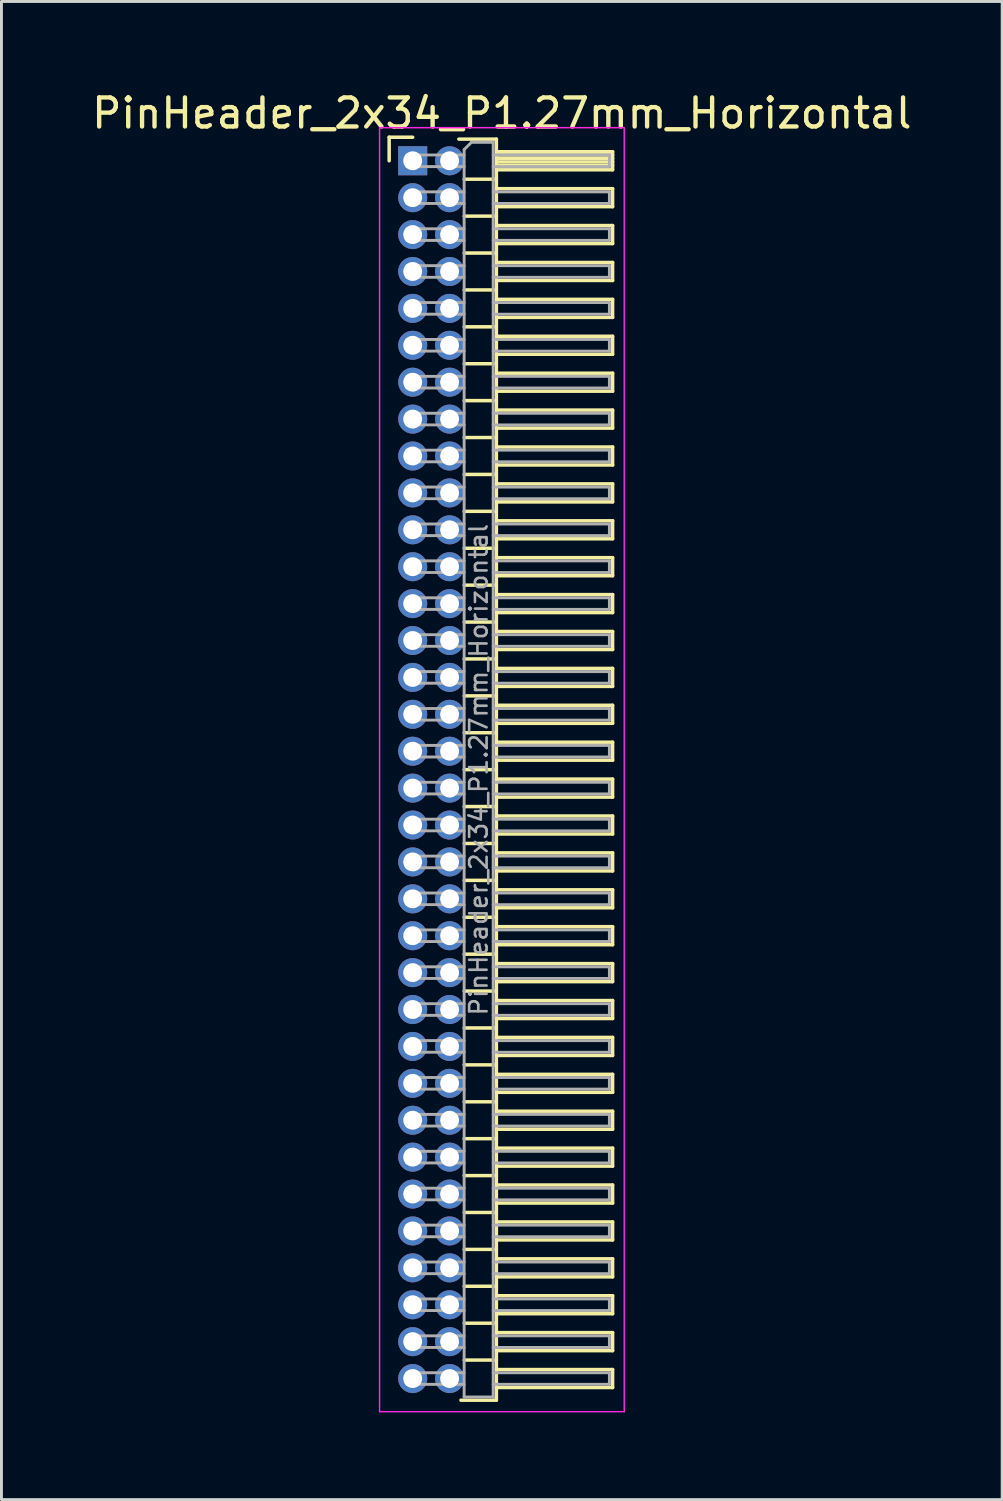
<source format=kicad_pcb>
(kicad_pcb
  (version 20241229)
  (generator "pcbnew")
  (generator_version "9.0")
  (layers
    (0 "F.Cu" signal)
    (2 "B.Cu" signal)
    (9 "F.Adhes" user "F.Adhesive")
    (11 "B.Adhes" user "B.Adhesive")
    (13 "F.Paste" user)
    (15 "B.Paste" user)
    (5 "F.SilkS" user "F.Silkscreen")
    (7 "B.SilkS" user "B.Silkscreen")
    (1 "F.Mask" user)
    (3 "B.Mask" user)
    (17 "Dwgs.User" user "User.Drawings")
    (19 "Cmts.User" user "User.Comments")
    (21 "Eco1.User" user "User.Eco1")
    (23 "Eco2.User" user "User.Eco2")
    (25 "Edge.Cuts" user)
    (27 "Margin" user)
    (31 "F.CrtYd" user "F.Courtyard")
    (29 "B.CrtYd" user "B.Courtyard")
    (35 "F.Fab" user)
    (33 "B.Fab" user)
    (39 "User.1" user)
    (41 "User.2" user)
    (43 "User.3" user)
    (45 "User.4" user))
  (footprint "PinHeader_2x34_P1.27mm_Horizontal"
    (layer "F.Cu")
    (at 11.153 2.483)
    (property "Reference" "PinHeader_2x34_P1.27mm_Horizontal" (at 3.067 -1.635 0) (layer "F.SilkS") (effects (font (size 1 1) (thickness 0.15))))
    (attr through_hole)
    (fp_line (start -0.81 -0.81) (end 0 -0.81) (stroke (width 0.12) (type solid)) (layer "F.SilkS"))
    (fp_line (start -0.81 0) (end -0.81 -0.81) (stroke (width 0.12) (type solid)) (layer "F.SilkS"))
    (fp_line (start 1.588 -0.745) (end 2.88 -0.745) (stroke (width 0.12) (type solid)) (layer "F.SilkS"))
    (fp_line (start 1.773 0.635) (end 2.88 0.635) (stroke (width 0.12) (type solid)) (layer "F.SilkS"))
    (fp_line (start 1.773 1.905) (end 2.88 1.905) (stroke (width 0.12) (type solid)) (layer "F.SilkS"))
    (fp_line (start 1.773 3.175) (end 2.88 3.175) (stroke (width 0.12) (type solid)) (layer "F.SilkS"))
    (fp_line (start 1.773 4.445) (end 2.88 4.445) (stroke (width 0.12) (type solid)) (layer "F.SilkS"))
    (fp_line (start 1.773 5.715) (end 2.88 5.715) (stroke (width 0.12) (type solid)) (layer "F.SilkS"))
    (fp_line (start 1.773 6.985) (end 2.88 6.985) (stroke (width 0.12) (type solid)) (layer "F.SilkS"))
    (fp_line (start 1.773 8.255) (end 2.88 8.255) (stroke (width 0.12) (type solid)) (layer "F.SilkS"))
    (fp_line (start 1.773 9.525) (end 2.88 9.525) (stroke (width 0.12) (type solid)) (layer "F.SilkS"))
    (fp_line (start 1.773 10.795) (end 2.88 10.795) (stroke (width 0.12) (type solid)) (layer "F.SilkS"))
    (fp_line (start 1.773 12.065) (end 2.88 12.065) (stroke (width 0.12) (type solid)) (layer "F.SilkS"))
    (fp_line (start 1.773 13.335) (end 2.88 13.335) (stroke (width 0.12) (type solid)) (layer "F.SilkS"))
    (fp_line (start 1.773 14.605) (end 2.88 14.605) (stroke (width 0.12) (type solid)) (layer "F.SilkS"))
    (fp_line (start 1.773 15.875) (end 2.88 15.875) (stroke (width 0.12) (type solid)) (layer "F.SilkS"))
    (fp_line (start 1.773 17.145) (end 2.88 17.145) (stroke (width 0.12) (type solid)) (layer "F.SilkS"))
    (fp_line (start 1.773 18.415) (end 2.88 18.415) (stroke (width 0.12) (type solid)) (layer "F.SilkS"))
    (fp_line (start 1.773 19.685) (end 2.88 19.685) (stroke (width 0.12) (type solid)) (layer "F.SilkS"))
    (fp_line (start 1.773 20.955) (end 2.88 20.955) (stroke (width 0.12) (type solid)) (layer "F.SilkS"))
    (fp_line (start 1.773 22.225) (end 2.88 22.225) (stroke (width 0.12) (type solid)) (layer "F.SilkS"))
    (fp_line (start 1.773 23.495) (end 2.88 23.495) (stroke (width 0.12) (type solid)) (layer "F.SilkS"))
    (fp_line (start 1.773 24.765) (end 2.88 24.765) (stroke (width 0.12) (type solid)) (layer "F.SilkS"))
    (fp_line (start 1.773 26.035) (end 2.88 26.035) (stroke (width 0.12) (type solid)) (layer "F.SilkS"))
    (fp_line (start 1.773 27.305) (end 2.88 27.305) (stroke (width 0.12) (type solid)) (layer "F.SilkS"))
    (fp_line (start 1.773 28.575) (end 2.88 28.575) (stroke (width 0.12) (type solid)) (layer "F.SilkS"))
    (fp_line (start 1.773 29.845) (end 2.88 29.845) (stroke (width 0.12) (type solid)) (layer "F.SilkS"))
    (fp_line (start 1.773 31.115) (end 2.88 31.115) (stroke (width 0.12) (type solid)) (layer "F.SilkS"))
    (fp_line (start 1.773 32.385) (end 2.88 32.385) (stroke (width 0.12) (type solid)) (layer "F.SilkS"))
    (fp_line (start 1.773 33.655) (end 2.88 33.655) (stroke (width 0.12) (type solid)) (layer "F.SilkS"))
    (fp_line (start 1.773 34.925) (end 2.88 34.925) (stroke (width 0.12) (type solid)) (layer "F.SilkS"))
    (fp_line (start 1.773 36.195) (end 2.88 36.195) (stroke (width 0.12) (type solid)) (layer "F.SilkS"))
    (fp_line (start 1.773 37.465) (end 2.88 37.465) (stroke (width 0.12) (type solid)) (layer "F.SilkS"))
    (fp_line (start 1.773 38.735) (end 2.88 38.735) (stroke (width 0.12) (type solid)) (layer "F.SilkS"))
    (fp_line (start 1.773 40.005) (end 2.88 40.005) (stroke (width 0.12) (type solid)) (layer "F.SilkS"))
    (fp_line (start 1.773 41.275) (end 2.88 41.275) (stroke (width 0.12) (type solid)) (layer "F.SilkS"))
    (fp_line (start 2.88 -0.745) (end 2.88 42.655) (stroke (width 0.12) (type solid)) (layer "F.SilkS"))
    (fp_line (start 2.88 -0.31) (end 6.88 -0.31) (stroke (width 0.12) (type solid)) (layer "F.SilkS"))
    (fp_line (start 2.88 -0.2) (end 6.88 -0.2) (stroke (width 0.12) (type solid)) (layer "F.SilkS"))
    (fp_line (start 2.88 -0.08) (end 6.88 -0.08) (stroke (width 0.12) (type solid)) (layer "F.SilkS"))
    (fp_line (start 2.88 0.04) (end 6.88 0.04) (stroke (width 0.12) (type solid)) (layer "F.SilkS"))
    (fp_line (start 2.88 0.16) (end 6.88 0.16) (stroke (width 0.12) (type solid)) (layer "F.SilkS"))
    (fp_line (start 2.88 0.96) (end 6.88 0.96) (stroke (width 0.12) (type solid)) (layer "F.SilkS"))
    (fp_line (start 2.88 2.23) (end 6.88 2.23) (stroke (width 0.12) (type solid)) (layer "F.SilkS"))
    (fp_line (start 2.88 3.5) (end 6.88 3.5) (stroke (width 0.12) (type solid)) (layer "F.SilkS"))
    (fp_line (start 2.88 4.77) (end 6.88 4.77) (stroke (width 0.12) (type solid)) (layer "F.SilkS"))
    (fp_line (start 2.88 6.04) (end 6.88 6.04) (stroke (width 0.12) (type solid)) (layer "F.SilkS"))
    (fp_line (start 2.88 7.31) (end 6.88 7.31) (stroke (width 0.12) (type solid)) (layer "F.SilkS"))
    (fp_line (start 2.88 8.58) (end 6.88 8.58) (stroke (width 0.12) (type solid)) (layer "F.SilkS"))
    (fp_line (start 2.88 9.85) (end 6.88 9.85) (stroke (width 0.12) (type solid)) (layer "F.SilkS"))
    (fp_line (start 2.88 11.12) (end 6.88 11.12) (stroke (width 0.12) (type solid)) (layer "F.SilkS"))
    (fp_line (start 2.88 12.39) (end 6.88 12.39) (stroke (width 0.12) (type solid)) (layer "F.SilkS"))
    (fp_line (start 2.88 13.66) (end 6.88 13.66) (stroke (width 0.12) (type solid)) (layer "F.SilkS"))
    (fp_line (start 2.88 14.93) (end 6.88 14.93) (stroke (width 0.12) (type solid)) (layer "F.SilkS"))
    (fp_line (start 2.88 16.2) (end 6.88 16.2) (stroke (width 0.12) (type solid)) (layer "F.SilkS"))
    (fp_line (start 2.88 17.47) (end 6.88 17.47) (stroke (width 0.12) (type solid)) (layer "F.SilkS"))
    (fp_line (start 2.88 18.74) (end 6.88 18.74) (stroke (width 0.12) (type solid)) (layer "F.SilkS"))
    (fp_line (start 2.88 20.01) (end 6.88 20.01) (stroke (width 0.12) (type solid)) (layer "F.SilkS"))
    (fp_line (start 2.88 21.28) (end 6.88 21.28) (stroke (width 0.12) (type solid)) (layer "F.SilkS"))
    (fp_line (start 2.88 22.55) (end 6.88 22.55) (stroke (width 0.12) (type solid)) (layer "F.SilkS"))
    (fp_line (start 2.88 23.82) (end 6.88 23.82) (stroke (width 0.12) (type solid)) (layer "F.SilkS"))
    (fp_line (start 2.88 25.09) (end 6.88 25.09) (stroke (width 0.12) (type solid)) (layer "F.SilkS"))
    (fp_line (start 2.88 26.36) (end 6.88 26.36) (stroke (width 0.12) (type solid)) (layer "F.SilkS"))
    (fp_line (start 2.88 27.63) (end 6.88 27.63) (stroke (width 0.12) (type solid)) (layer "F.SilkS"))
    (fp_line (start 2.88 28.9) (end 6.88 28.9) (stroke (width 0.12) (type solid)) (layer "F.SilkS"))
    (fp_line (start 2.88 30.17) (end 6.88 30.17) (stroke (width 0.12) (type solid)) (layer "F.SilkS"))
    (fp_line (start 2.88 31.44) (end 6.88 31.44) (stroke (width 0.12) (type solid)) (layer "F.SilkS"))
    (fp_line (start 2.88 32.71) (end 6.88 32.71) (stroke (width 0.12) (type solid)) (layer "F.SilkS"))
    (fp_line (start 2.88 33.98) (end 6.88 33.98) (stroke (width 0.12) (type solid)) (layer "F.SilkS"))
    (fp_line (start 2.88 35.25) (end 6.88 35.25) (stroke (width 0.12) (type solid)) (layer "F.SilkS"))
    (fp_line (start 2.88 36.52) (end 6.88 36.52) (stroke (width 0.12) (type solid)) (layer "F.SilkS"))
    (fp_line (start 2.88 37.79) (end 6.88 37.79) (stroke (width 0.12) (type solid)) (layer "F.SilkS"))
    (fp_line (start 2.88 39.06) (end 6.88 39.06) (stroke (width 0.12) (type solid)) (layer "F.SilkS"))
    (fp_line (start 2.88 40.33) (end 6.88 40.33) (stroke (width 0.12) (type solid)) (layer "F.SilkS"))
    (fp_line (start 2.88 41.6) (end 6.88 41.6) (stroke (width 0.12) (type solid)) (layer "F.SilkS"))
    (fp_line (start 2.88 42.655) (end 1.66 42.655) (stroke (width 0.12) (type solid)) (layer "F.SilkS"))
    (fp_line (start 6.88 -0.31) (end 6.88 0.31) (stroke (width 0.12) (type solid)) (layer "F.SilkS"))
    (fp_line (start 6.88 0.31) (end 2.88 0.31) (stroke (width 0.12) (type solid)) (layer "F.SilkS"))
    (fp_line (start 6.88 0.96) (end 6.88 1.58) (stroke (width 0.12) (type solid)) (layer "F.SilkS"))
    (fp_line (start 6.88 1.58) (end 2.88 1.58) (stroke (width 0.12) (type solid)) (layer "F.SilkS"))
    (fp_line (start 6.88 2.23) (end 6.88 2.85) (stroke (width 0.12) (type solid)) (layer "F.SilkS"))
    (fp_line (start 6.88 2.85) (end 2.88 2.85) (stroke (width 0.12) (type solid)) (layer "F.SilkS"))
    (fp_line (start 6.88 3.5) (end 6.88 4.12) (stroke (width 0.12) (type solid)) (layer "F.SilkS"))
    (fp_line (start 6.88 4.12) (end 2.88 4.12) (stroke (width 0.12) (type solid)) (layer "F.SilkS"))
    (fp_line (start 6.88 4.77) (end 6.88 5.39) (stroke (width 0.12) (type solid)) (layer "F.SilkS"))
    (fp_line (start 6.88 5.39) (end 2.88 5.39) (stroke (width 0.12) (type solid)) (layer "F.SilkS"))
    (fp_line (start 6.88 6.04) (end 6.88 6.66) (stroke (width 0.12) (type solid)) (layer "F.SilkS"))
    (fp_line (start 6.88 6.66) (end 2.88 6.66) (stroke (width 0.12) (type solid)) (layer "F.SilkS"))
    (fp_line (start 6.88 7.31) (end 6.88 7.93) (stroke (width 0.12) (type solid)) (layer "F.SilkS"))
    (fp_line (start 6.88 7.93) (end 2.88 7.93) (stroke (width 0.12) (type solid)) (layer "F.SilkS"))
    (fp_line (start 6.88 8.58) (end 6.88 9.2) (stroke (width 0.12) (type solid)) (layer "F.SilkS"))
    (fp_line (start 6.88 9.2) (end 2.88 9.2) (stroke (width 0.12) (type solid)) (layer "F.SilkS"))
    (fp_line (start 6.88 9.85) (end 6.88 10.47) (stroke (width 0.12) (type solid)) (layer "F.SilkS"))
    (fp_line (start 6.88 10.47) (end 2.88 10.47) (stroke (width 0.12) (type solid)) (layer "F.SilkS"))
    (fp_line (start 6.88 11.12) (end 6.88 11.74) (stroke (width 0.12) (type solid)) (layer "F.SilkS"))
    (fp_line (start 6.88 11.74) (end 2.88 11.74) (stroke (width 0.12) (type solid)) (layer "F.SilkS"))
    (fp_line (start 6.88 12.39) (end 6.88 13.01) (stroke (width 0.12) (type solid)) (layer "F.SilkS"))
    (fp_line (start 6.88 13.01) (end 2.88 13.01) (stroke (width 0.12) (type solid)) (layer "F.SilkS"))
    (fp_line (start 6.88 13.66) (end 6.88 14.28) (stroke (width 0.12) (type solid)) (layer "F.SilkS"))
    (fp_line (start 6.88 14.28) (end 2.88 14.28) (stroke (width 0.12) (type solid)) (layer "F.SilkS"))
    (fp_line (start 6.88 14.93) (end 6.88 15.55) (stroke (width 0.12) (type solid)) (layer "F.SilkS"))
    (fp_line (start 6.88 15.55) (end 2.88 15.55) (stroke (width 0.12) (type solid)) (layer "F.SilkS"))
    (fp_line (start 6.88 16.2) (end 6.88 16.82) (stroke (width 0.12) (type solid)) (layer "F.SilkS"))
    (fp_line (start 6.88 16.82) (end 2.88 16.82) (stroke (width 0.12) (type solid)) (layer "F.SilkS"))
    (fp_line (start 6.88 17.47) (end 6.88 18.09) (stroke (width 0.12) (type solid)) (layer "F.SilkS"))
    (fp_line (start 6.88 18.09) (end 2.88 18.09) (stroke (width 0.12) (type solid)) (layer "F.SilkS"))
    (fp_line (start 6.88 18.74) (end 6.88 19.36) (stroke (width 0.12) (type solid)) (layer "F.SilkS"))
    (fp_line (start 6.88 19.36) (end 2.88 19.36) (stroke (width 0.12) (type solid)) (layer "F.SilkS"))
    (fp_line (start 6.88 20.01) (end 6.88 20.63) (stroke (width 0.12) (type solid)) (layer "F.SilkS"))
    (fp_line (start 6.88 20.63) (end 2.88 20.63) (stroke (width 0.12) (type solid)) (layer "F.SilkS"))
    (fp_line (start 6.88 21.28) (end 6.88 21.9) (stroke (width 0.12) (type solid)) (layer "F.SilkS"))
    (fp_line (start 6.88 21.9) (end 2.88 21.9) (stroke (width 0.12) (type solid)) (layer "F.SilkS"))
    (fp_line (start 6.88 22.55) (end 6.88 23.17) (stroke (width 0.12) (type solid)) (layer "F.SilkS"))
    (fp_line (start 6.88 23.17) (end 2.88 23.17) (stroke (width 0.12) (type solid)) (layer "F.SilkS"))
    (fp_line (start 6.88 23.82) (end 6.88 24.44) (stroke (width 0.12) (type solid)) (layer "F.SilkS"))
    (fp_line (start 6.88 24.44) (end 2.88 24.44) (stroke (width 0.12) (type solid)) (layer "F.SilkS"))
    (fp_line (start 6.88 25.09) (end 6.88 25.71) (stroke (width 0.12) (type solid)) (layer "F.SilkS"))
    (fp_line (start 6.88 25.71) (end 2.88 25.71) (stroke (width 0.12) (type solid)) (layer "F.SilkS"))
    (fp_line (start 6.88 26.36) (end 6.88 26.98) (stroke (width 0.12) (type solid)) (layer "F.SilkS"))
    (fp_line (start 6.88 26.98) (end 2.88 26.98) (stroke (width 0.12) (type solid)) (layer "F.SilkS"))
    (fp_line (start 6.88 27.63) (end 6.88 28.25) (stroke (width 0.12) (type solid)) (layer "F.SilkS"))
    (fp_line (start 6.88 28.25) (end 2.88 28.25) (stroke (width 0.12) (type solid)) (layer "F.SilkS"))
    (fp_line (start 6.88 28.9) (end 6.88 29.52) (stroke (width 0.12) (type solid)) (layer "F.SilkS"))
    (fp_line (start 6.88 29.52) (end 2.88 29.52) (stroke (width 0.12) (type solid)) (layer "F.SilkS"))
    (fp_line (start 6.88 30.17) (end 6.88 30.79) (stroke (width 0.12) (type solid)) (layer "F.SilkS"))
    (fp_line (start 6.88 30.79) (end 2.88 30.79) (stroke (width 0.12) (type solid)) (layer "F.SilkS"))
    (fp_line (start 6.88 31.44) (end 6.88 32.06) (stroke (width 0.12) (type solid)) (layer "F.SilkS"))
    (fp_line (start 6.88 32.06) (end 2.88 32.06) (stroke (width 0.12) (type solid)) (layer "F.SilkS"))
    (fp_line (start 6.88 32.71) (end 6.88 33.33) (stroke (width 0.12) (type solid)) (layer "F.SilkS"))
    (fp_line (start 6.88 33.33) (end 2.88 33.33) (stroke (width 0.12) (type solid)) (layer "F.SilkS"))
    (fp_line (start 6.88 33.98) (end 6.88 34.6) (stroke (width 0.12) (type solid)) (layer "F.SilkS"))
    (fp_line (start 6.88 34.6) (end 2.88 34.6) (stroke (width 0.12) (type solid)) (layer "F.SilkS"))
    (fp_line (start 6.88 35.25) (end 6.88 35.87) (stroke (width 0.12) (type solid)) (layer "F.SilkS"))
    (fp_line (start 6.88 35.87) (end 2.88 35.87) (stroke (width 0.12) (type solid)) (layer "F.SilkS"))
    (fp_line (start 6.88 36.52) (end 6.88 37.14) (stroke (width 0.12) (type solid)) (layer "F.SilkS"))
    (fp_line (start 6.88 37.14) (end 2.88 37.14) (stroke (width 0.12) (type solid)) (layer "F.SilkS"))
    (fp_line (start 6.88 37.79) (end 6.88 38.41) (stroke (width 0.12) (type solid)) (layer "F.SilkS"))
    (fp_line (start 6.88 38.41) (end 2.88 38.41) (stroke (width 0.12) (type solid)) (layer "F.SilkS"))
    (fp_line (start 6.88 39.06) (end 6.88 39.68) (stroke (width 0.12) (type solid)) (layer "F.SilkS"))
    (fp_line (start 6.88 39.68) (end 2.88 39.68) (stroke (width 0.12) (type solid)) (layer "F.SilkS"))
    (fp_line (start 6.88 40.33) (end 6.88 40.95) (stroke (width 0.12) (type solid)) (layer "F.SilkS"))
    (fp_line (start 6.88 40.95) (end 2.88 40.95) (stroke (width 0.12) (type solid)) (layer "F.SilkS"))
    (fp_line (start 6.88 41.6) (end 6.88 42.22) (stroke (width 0.12) (type solid)) (layer "F.SilkS"))
    (fp_line (start 6.88 42.22) (end 2.88 42.22) (stroke (width 0.12) (type solid)) (layer "F.SilkS"))
    (fp_line (start -1.14 -1.14) (end -1.14 43.05) (stroke (width 0.05) (type solid)) (layer "F.CrtYd"))
    (fp_line (start -1.14 43.05) (end 7.28 43.05) (stroke (width 0.05) (type solid)) (layer "F.CrtYd"))
    (fp_line (start 7.28 -1.14) (end -1.14 -1.14) (stroke (width 0.05) (type solid)) (layer "F.CrtYd"))
    (fp_line (start 7.28 43.05) (end 7.28 -1.14) (stroke (width 0.05) (type solid)) (layer "F.CrtYd"))
    (fp_line (start -0.2 -0.2) (end -0.2 0.2) (stroke (width 0.1) (type solid)) (layer "F.Fab"))
    (fp_line (start -0.2 -0.2) (end 1.77 -0.2) (stroke (width 0.1) (type solid)) (layer "F.Fab"))
    (fp_line (start -0.2 0.2) (end 1.77 0.2) (stroke (width 0.1) (type solid)) (layer "F.Fab"))
    (fp_line (start -0.2 1.07) (end -0.2 1.47) (stroke (width 0.1) (type solid)) (layer "F.Fab"))
    (fp_line (start -0.2 1.07) (end 1.77 1.07) (stroke (width 0.1) (type solid)) (layer "F.Fab"))
    (fp_line (start -0.2 1.47) (end 1.77 1.47) (stroke (width 0.1) (type solid)) (layer "F.Fab"))
    (fp_line (start -0.2 2.34) (end -0.2 2.74) (stroke (width 0.1) (type solid)) (layer "F.Fab"))
    (fp_line (start -0.2 2.34) (end 1.77 2.34) (stroke (width 0.1) (type solid)) (layer "F.Fab"))
    (fp_line (start -0.2 2.74) (end 1.77 2.74) (stroke (width 0.1) (type solid)) (layer "F.Fab"))
    (fp_line (start -0.2 3.61) (end -0.2 4.01) (stroke (width 0.1) (type solid)) (layer "F.Fab"))
    (fp_line (start -0.2 3.61) (end 1.77 3.61) (stroke (width 0.1) (type solid)) (layer "F.Fab"))
    (fp_line (start -0.2 4.01) (end 1.77 4.01) (stroke (width 0.1) (type solid)) (layer "F.Fab"))
    (fp_line (start -0.2 4.88) (end -0.2 5.28) (stroke (width 0.1) (type solid)) (layer "F.Fab"))
    (fp_line (start -0.2 4.88) (end 1.77 4.88) (stroke (width 0.1) (type solid)) (layer "F.Fab"))
    (fp_line (start -0.2 5.28) (end 1.77 5.28) (stroke (width 0.1) (type solid)) (layer "F.Fab"))
    (fp_line (start -0.2 6.15) (end -0.2 6.55) (stroke (width 0.1) (type solid)) (layer "F.Fab"))
    (fp_line (start -0.2 6.15) (end 1.77 6.15) (stroke (width 0.1) (type solid)) (layer "F.Fab"))
    (fp_line (start -0.2 6.55) (end 1.77 6.55) (stroke (width 0.1) (type solid)) (layer "F.Fab"))
    (fp_line (start -0.2 7.42) (end -0.2 7.82) (stroke (width 0.1) (type solid)) (layer "F.Fab"))
    (fp_line (start -0.2 7.42) (end 1.77 7.42) (stroke (width 0.1) (type solid)) (layer "F.Fab"))
    (fp_line (start -0.2 7.82) (end 1.77 7.82) (stroke (width 0.1) (type solid)) (layer "F.Fab"))
    (fp_line (start -0.2 8.69) (end -0.2 9.09) (stroke (width 0.1) (type solid)) (layer "F.Fab"))
    (fp_line (start -0.2 8.69) (end 1.77 8.69) (stroke (width 0.1) (type solid)) (layer "F.Fab"))
    (fp_line (start -0.2 9.09) (end 1.77 9.09) (stroke (width 0.1) (type solid)) (layer "F.Fab"))
    (fp_line (start -0.2 9.96) (end -0.2 10.36) (stroke (width 0.1) (type solid)) (layer "F.Fab"))
    (fp_line (start -0.2 9.96) (end 1.77 9.96) (stroke (width 0.1) (type solid)) (layer "F.Fab"))
    (fp_line (start -0.2 10.36) (end 1.77 10.36) (stroke (width 0.1) (type solid)) (layer "F.Fab"))
    (fp_line (start -0.2 11.23) (end -0.2 11.63) (stroke (width 0.1) (type solid)) (layer "F.Fab"))
    (fp_line (start -0.2 11.23) (end 1.77 11.23) (stroke (width 0.1) (type solid)) (layer "F.Fab"))
    (fp_line (start -0.2 11.63) (end 1.77 11.63) (stroke (width 0.1) (type solid)) (layer "F.Fab"))
    (fp_line (start -0.2 12.5) (end -0.2 12.9) (stroke (width 0.1) (type solid)) (layer "F.Fab"))
    (fp_line (start -0.2 12.5) (end 1.77 12.5) (stroke (width 0.1) (type solid)) (layer "F.Fab"))
    (fp_line (start -0.2 12.9) (end 1.77 12.9) (stroke (width 0.1) (type solid)) (layer "F.Fab"))
    (fp_line (start -0.2 13.77) (end -0.2 14.17) (stroke (width 0.1) (type solid)) (layer "F.Fab"))
    (fp_line (start -0.2 13.77) (end 1.77 13.77) (stroke (width 0.1) (type solid)) (layer "F.Fab"))
    (fp_line (start -0.2 14.17) (end 1.77 14.17) (stroke (width 0.1) (type solid)) (layer "F.Fab"))
    (fp_line (start -0.2 15.04) (end -0.2 15.44) (stroke (width 0.1) (type solid)) (layer "F.Fab"))
    (fp_line (start -0.2 15.04) (end 1.77 15.04) (stroke (width 0.1) (type solid)) (layer "F.Fab"))
    (fp_line (start -0.2 15.44) (end 1.77 15.44) (stroke (width 0.1) (type solid)) (layer "F.Fab"))
    (fp_line (start -0.2 16.31) (end -0.2 16.71) (stroke (width 0.1) (type solid)) (layer "F.Fab"))
    (fp_line (start -0.2 16.31) (end 1.77 16.31) (stroke (width 0.1) (type solid)) (layer "F.Fab"))
    (fp_line (start -0.2 16.71) (end 1.77 16.71) (stroke (width 0.1) (type solid)) (layer "F.Fab"))
    (fp_line (start -0.2 17.58) (end -0.2 17.98) (stroke (width 0.1) (type solid)) (layer "F.Fab"))
    (fp_line (start -0.2 17.58) (end 1.77 17.58) (stroke (width 0.1) (type solid)) (layer "F.Fab"))
    (fp_line (start -0.2 17.98) (end 1.77 17.98) (stroke (width 0.1) (type solid)) (layer "F.Fab"))
    (fp_line (start -0.2 18.85) (end -0.2 19.25) (stroke (width 0.1) (type solid)) (layer "F.Fab"))
    (fp_line (start -0.2 18.85) (end 1.77 18.85) (stroke (width 0.1) (type solid)) (layer "F.Fab"))
    (fp_line (start -0.2 19.25) (end 1.77 19.25) (stroke (width 0.1) (type solid)) (layer "F.Fab"))
    (fp_line (start -0.2 20.12) (end -0.2 20.52) (stroke (width 0.1) (type solid)) (layer "F.Fab"))
    (fp_line (start -0.2 20.12) (end 1.77 20.12) (stroke (width 0.1) (type solid)) (layer "F.Fab"))
    (fp_line (start -0.2 20.52) (end 1.77 20.52) (stroke (width 0.1) (type solid)) (layer "F.Fab"))
    (fp_line (start -0.2 21.39) (end -0.2 21.79) (stroke (width 0.1) (type solid)) (layer "F.Fab"))
    (fp_line (start -0.2 21.39) (end 1.77 21.39) (stroke (width 0.1) (type solid)) (layer "F.Fab"))
    (fp_line (start -0.2 21.79) (end 1.77 21.79) (stroke (width 0.1) (type solid)) (layer "F.Fab"))
    (fp_line (start -0.2 22.66) (end -0.2 23.06) (stroke (width 0.1) (type solid)) (layer "F.Fab"))
    (fp_line (start -0.2 22.66) (end 1.77 22.66) (stroke (width 0.1) (type solid)) (layer "F.Fab"))
    (fp_line (start -0.2 23.06) (end 1.77 23.06) (stroke (width 0.1) (type solid)) (layer "F.Fab"))
    (fp_line (start -0.2 23.93) (end -0.2 24.33) (stroke (width 0.1) (type solid)) (layer "F.Fab"))
    (fp_line (start -0.2 23.93) (end 1.77 23.93) (stroke (width 0.1) (type solid)) (layer "F.Fab"))
    (fp_line (start -0.2 24.33) (end 1.77 24.33) (stroke (width 0.1) (type solid)) (layer "F.Fab"))
    (fp_line (start -0.2 25.2) (end -0.2 25.6) (stroke (width 0.1) (type solid)) (layer "F.Fab"))
    (fp_line (start -0.2 25.2) (end 1.77 25.2) (stroke (width 0.1) (type solid)) (layer "F.Fab"))
    (fp_line (start -0.2 25.6) (end 1.77 25.6) (stroke (width 0.1) (type solid)) (layer "F.Fab"))
    (fp_line (start -0.2 26.47) (end -0.2 26.87) (stroke (width 0.1) (type solid)) (layer "F.Fab"))
    (fp_line (start -0.2 26.47) (end 1.77 26.47) (stroke (width 0.1) (type solid)) (layer "F.Fab"))
    (fp_line (start -0.2 26.87) (end 1.77 26.87) (stroke (width 0.1) (type solid)) (layer "F.Fab"))
    (fp_line (start -0.2 27.74) (end -0.2 28.14) (stroke (width 0.1) (type solid)) (layer "F.Fab"))
    (fp_line (start -0.2 27.74) (end 1.77 27.74) (stroke (width 0.1) (type solid)) (layer "F.Fab"))
    (fp_line (start -0.2 28.14) (end 1.77 28.14) (stroke (width 0.1) (type solid)) (layer "F.Fab"))
    (fp_line (start -0.2 29.01) (end -0.2 29.41) (stroke (width 0.1) (type solid)) (layer "F.Fab"))
    (fp_line (start -0.2 29.01) (end 1.77 29.01) (stroke (width 0.1) (type solid)) (layer "F.Fab"))
    (fp_line (start -0.2 29.41) (end 1.77 29.41) (stroke (width 0.1) (type solid)) (layer "F.Fab"))
    (fp_line (start -0.2 30.28) (end -0.2 30.68) (stroke (width 0.1) (type solid)) (layer "F.Fab"))
    (fp_line (start -0.2 30.28) (end 1.77 30.28) (stroke (width 0.1) (type solid)) (layer "F.Fab"))
    (fp_line (start -0.2 30.68) (end 1.77 30.68) (stroke (width 0.1) (type solid)) (layer "F.Fab"))
    (fp_line (start -0.2 31.55) (end -0.2 31.95) (stroke (width 0.1) (type solid)) (layer "F.Fab"))
    (fp_line (start -0.2 31.55) (end 1.77 31.55) (stroke (width 0.1) (type solid)) (layer "F.Fab"))
    (fp_line (start -0.2 31.95) (end 1.77 31.95) (stroke (width 0.1) (type solid)) (layer "F.Fab"))
    (fp_line (start -0.2 32.82) (end -0.2 33.22) (stroke (width 0.1) (type solid)) (layer "F.Fab"))
    (fp_line (start -0.2 32.82) (end 1.77 32.82) (stroke (width 0.1) (type solid)) (layer "F.Fab"))
    (fp_line (start -0.2 33.22) (end 1.77 33.22) (stroke (width 0.1) (type solid)) (layer "F.Fab"))
    (fp_line (start -0.2 34.09) (end -0.2 34.49) (stroke (width 0.1) (type solid)) (layer "F.Fab"))
    (fp_line (start -0.2 34.09) (end 1.77 34.09) (stroke (width 0.1) (type solid)) (layer "F.Fab"))
    (fp_line (start -0.2 34.49) (end 1.77 34.49) (stroke (width 0.1) (type solid)) (layer "F.Fab"))
    (fp_line (start -0.2 35.36) (end -0.2 35.76) (stroke (width 0.1) (type solid)) (layer "F.Fab"))
    (fp_line (start -0.2 35.36) (end 1.77 35.36) (stroke (width 0.1) (type solid)) (layer "F.Fab"))
    (fp_line (start -0.2 35.76) (end 1.77 35.76) (stroke (width 0.1) (type solid)) (layer "F.Fab"))
    (fp_line (start -0.2 36.63) (end -0.2 37.03) (stroke (width 0.1) (type solid)) (layer "F.Fab"))
    (fp_line (start -0.2 36.63) (end 1.77 36.63) (stroke (width 0.1) (type solid)) (layer "F.Fab"))
    (fp_line (start -0.2 37.03) (end 1.77 37.03) (stroke (width 0.1) (type solid)) (layer "F.Fab"))
    (fp_line (start -0.2 37.9) (end -0.2 38.3) (stroke (width 0.1) (type solid)) (layer "F.Fab"))
    (fp_line (start -0.2 37.9) (end 1.77 37.9) (stroke (width 0.1) (type solid)) (layer "F.Fab"))
    (fp_line (start -0.2 38.3) (end 1.77 38.3) (stroke (width 0.1) (type solid)) (layer "F.Fab"))
    (fp_line (start -0.2 39.17) (end -0.2 39.57) (stroke (width 0.1) (type solid)) (layer "F.Fab"))
    (fp_line (start -0.2 39.17) (end 1.77 39.17) (stroke (width 0.1) (type solid)) (layer "F.Fab"))
    (fp_line (start -0.2 39.57) (end 1.77 39.57) (stroke (width 0.1) (type solid)) (layer "F.Fab"))
    (fp_line (start -0.2 40.44) (end -0.2 40.84) (stroke (width 0.1) (type solid)) (layer "F.Fab"))
    (fp_line (start -0.2 40.44) (end 1.77 40.44) (stroke (width 0.1) (type solid)) (layer "F.Fab"))
    (fp_line (start -0.2 40.84) (end 1.77 40.84) (stroke (width 0.1) (type solid)) (layer "F.Fab"))
    (fp_line (start -0.2 41.71) (end -0.2 42.11) (stroke (width 0.1) (type solid)) (layer "F.Fab"))
    (fp_line (start -0.2 41.71) (end 1.77 41.71) (stroke (width 0.1) (type solid)) (layer "F.Fab"))
    (fp_line (start -0.2 42.11) (end 1.77 42.11) (stroke (width 0.1) (type solid)) (layer "F.Fab"))
    (fp_line (start 1.77 -0.385) (end 2.02 -0.635) (stroke (width 0.1) (type solid)) (layer "F.Fab"))
    (fp_line (start 1.77 42.545) (end 1.77 -0.385) (stroke (width 0.1) (type solid)) (layer "F.Fab"))
    (fp_line (start 2.02 -0.635) (end 2.77 -0.635) (stroke (width 0.1) (type solid)) (layer "F.Fab"))
    (fp_line (start 2.77 -0.635) (end 2.77 42.545) (stroke (width 0.1) (type solid)) (layer "F.Fab"))
    (fp_line (start 2.77 -0.2) (end 6.77 -0.2) (stroke (width 0.1) (type solid)) (layer "F.Fab"))
    (fp_line (start 2.77 0.2) (end 6.77 0.2) (stroke (width 0.1) (type solid)) (layer "F.Fab"))
    (fp_line (start 2.77 1.07) (end 6.77 1.07) (stroke (width 0.1) (type solid)) (layer "F.Fab"))
    (fp_line (start 2.77 1.47) (end 6.77 1.47) (stroke (width 0.1) (type solid)) (layer "F.Fab"))
    (fp_line (start 2.77 2.34) (end 6.77 2.34) (stroke (width 0.1) (type solid)) (layer "F.Fab"))
    (fp_line (start 2.77 2.74) (end 6.77 2.74) (stroke (width 0.1) (type solid)) (layer "F.Fab"))
    (fp_line (start 2.77 3.61) (end 6.77 3.61) (stroke (width 0.1) (type solid)) (layer "F.Fab"))
    (fp_line (start 2.77 4.01) (end 6.77 4.01) (stroke (width 0.1) (type solid)) (layer "F.Fab"))
    (fp_line (start 2.77 4.88) (end 6.77 4.88) (stroke (width 0.1) (type solid)) (layer "F.Fab"))
    (fp_line (start 2.77 5.28) (end 6.77 5.28) (stroke (width 0.1) (type solid)) (layer "F.Fab"))
    (fp_line (start 2.77 6.15) (end 6.77 6.15) (stroke (width 0.1) (type solid)) (layer "F.Fab"))
    (fp_line (start 2.77 6.55) (end 6.77 6.55) (stroke (width 0.1) (type solid)) (layer "F.Fab"))
    (fp_line (start 2.77 7.42) (end 6.77 7.42) (stroke (width 0.1) (type solid)) (layer "F.Fab"))
    (fp_line (start 2.77 7.82) (end 6.77 7.82) (stroke (width 0.1) (type solid)) (layer "F.Fab"))
    (fp_line (start 2.77 8.69) (end 6.77 8.69) (stroke (width 0.1) (type solid)) (layer "F.Fab"))
    (fp_line (start 2.77 9.09) (end 6.77 9.09) (stroke (width 0.1) (type solid)) (layer "F.Fab"))
    (fp_line (start 2.77 9.96) (end 6.77 9.96) (stroke (width 0.1) (type solid)) (layer "F.Fab"))
    (fp_line (start 2.77 10.36) (end 6.77 10.36) (stroke (width 0.1) (type solid)) (layer "F.Fab"))
    (fp_line (start 2.77 11.23) (end 6.77 11.23) (stroke (width 0.1) (type solid)) (layer "F.Fab"))
    (fp_line (start 2.77 11.63) (end 6.77 11.63) (stroke (width 0.1) (type solid)) (layer "F.Fab"))
    (fp_line (start 2.77 12.5) (end 6.77 12.5) (stroke (width 0.1) (type solid)) (layer "F.Fab"))
    (fp_line (start 2.77 12.9) (end 6.77 12.9) (stroke (width 0.1) (type solid)) (layer "F.Fab"))
    (fp_line (start 2.77 13.77) (end 6.77 13.77) (stroke (width 0.1) (type solid)) (layer "F.Fab"))
    (fp_line (start 2.77 14.17) (end 6.77 14.17) (stroke (width 0.1) (type solid)) (layer "F.Fab"))
    (fp_line (start 2.77 15.04) (end 6.77 15.04) (stroke (width 0.1) (type solid)) (layer "F.Fab"))
    (fp_line (start 2.77 15.44) (end 6.77 15.44) (stroke (width 0.1) (type solid)) (layer "F.Fab"))
    (fp_line (start 2.77 16.31) (end 6.77 16.31) (stroke (width 0.1) (type solid)) (layer "F.Fab"))
    (fp_line (start 2.77 16.71) (end 6.77 16.71) (stroke (width 0.1) (type solid)) (layer "F.Fab"))
    (fp_line (start 2.77 17.58) (end 6.77 17.58) (stroke (width 0.1) (type solid)) (layer "F.Fab"))
    (fp_line (start 2.77 17.98) (end 6.77 17.98) (stroke (width 0.1) (type solid)) (layer "F.Fab"))
    (fp_line (start 2.77 18.85) (end 6.77 18.85) (stroke (width 0.1) (type solid)) (layer "F.Fab"))
    (fp_line (start 2.77 19.25) (end 6.77 19.25) (stroke (width 0.1) (type solid)) (layer "F.Fab"))
    (fp_line (start 2.77 20.12) (end 6.77 20.12) (stroke (width 0.1) (type solid)) (layer "F.Fab"))
    (fp_line (start 2.77 20.52) (end 6.77 20.52) (stroke (width 0.1) (type solid)) (layer "F.Fab"))
    (fp_line (start 2.77 21.39) (end 6.77 21.39) (stroke (width 0.1) (type solid)) (layer "F.Fab"))
    (fp_line (start 2.77 21.79) (end 6.77 21.79) (stroke (width 0.1) (type solid)) (layer "F.Fab"))
    (fp_line (start 2.77 22.66) (end 6.77 22.66) (stroke (width 0.1) (type solid)) (layer "F.Fab"))
    (fp_line (start 2.77 23.06) (end 6.77 23.06) (stroke (width 0.1) (type solid)) (layer "F.Fab"))
    (fp_line (start 2.77 23.93) (end 6.77 23.93) (stroke (width 0.1) (type solid)) (layer "F.Fab"))
    (fp_line (start 2.77 24.33) (end 6.77 24.33) (stroke (width 0.1) (type solid)) (layer "F.Fab"))
    (fp_line (start 2.77 25.2) (end 6.77 25.2) (stroke (width 0.1) (type solid)) (layer "F.Fab"))
    (fp_line (start 2.77 25.6) (end 6.77 25.6) (stroke (width 0.1) (type solid)) (layer "F.Fab"))
    (fp_line (start 2.77 26.47) (end 6.77 26.47) (stroke (width 0.1) (type solid)) (layer "F.Fab"))
    (fp_line (start 2.77 26.87) (end 6.77 26.87) (stroke (width 0.1) (type solid)) (layer "F.Fab"))
    (fp_line (start 2.77 27.74) (end 6.77 27.74) (stroke (width 0.1) (type solid)) (layer "F.Fab"))
    (fp_line (start 2.77 28.14) (end 6.77 28.14) (stroke (width 0.1) (type solid)) (layer "F.Fab"))
    (fp_line (start 2.77 29.01) (end 6.77 29.01) (stroke (width 0.1) (type solid)) (layer "F.Fab"))
    (fp_line (start 2.77 29.41) (end 6.77 29.41) (stroke (width 0.1) (type solid)) (layer "F.Fab"))
    (fp_line (start 2.77 30.28) (end 6.77 30.28) (stroke (width 0.1) (type solid)) (layer "F.Fab"))
    (fp_line (start 2.77 30.68) (end 6.77 30.68) (stroke (width 0.1) (type solid)) (layer "F.Fab"))
    (fp_line (start 2.77 31.55) (end 6.77 31.55) (stroke (width 0.1) (type solid)) (layer "F.Fab"))
    (fp_line (start 2.77 31.95) (end 6.77 31.95) (stroke (width 0.1) (type solid)) (layer "F.Fab"))
    (fp_line (start 2.77 32.82) (end 6.77 32.82) (stroke (width 0.1) (type solid)) (layer "F.Fab"))
    (fp_line (start 2.77 33.22) (end 6.77 33.22) (stroke (width 0.1) (type solid)) (layer "F.Fab"))
    (fp_line (start 2.77 34.09) (end 6.77 34.09) (stroke (width 0.1) (type solid)) (layer "F.Fab"))
    (fp_line (start 2.77 34.49) (end 6.77 34.49) (stroke (width 0.1) (type solid)) (layer "F.Fab"))
    (fp_line (start 2.77 35.36) (end 6.77 35.36) (stroke (width 0.1) (type solid)) (layer "F.Fab"))
    (fp_line (start 2.77 35.76) (end 6.77 35.76) (stroke (width 0.1) (type solid)) (layer "F.Fab"))
    (fp_line (start 2.77 36.63) (end 6.77 36.63) (stroke (width 0.1) (type solid)) (layer "F.Fab"))
    (fp_line (start 2.77 37.03) (end 6.77 37.03) (stroke (width 0.1) (type solid)) (layer "F.Fab"))
    (fp_line (start 2.77 37.9) (end 6.77 37.9) (stroke (width 0.1) (type solid)) (layer "F.Fab"))
    (fp_line (start 2.77 38.3) (end 6.77 38.3) (stroke (width 0.1) (type solid)) (layer "F.Fab"))
    (fp_line (start 2.77 39.17) (end 6.77 39.17) (stroke (width 0.1) (type solid)) (layer "F.Fab"))
    (fp_line (start 2.77 39.57) (end 6.77 39.57) (stroke (width 0.1) (type solid)) (layer "F.Fab"))
    (fp_line (start 2.77 40.44) (end 6.77 40.44) (stroke (width 0.1) (type solid)) (layer "F.Fab"))
    (fp_line (start 2.77 40.84) (end 6.77 40.84) (stroke (width 0.1) (type solid)) (layer "F.Fab"))
    (fp_line (start 2.77 41.71) (end 6.77 41.71) (stroke (width 0.1) (type solid)) (layer "F.Fab"))
    (fp_line (start 2.77 42.11) (end 6.77 42.11) (stroke (width 0.1) (type solid)) (layer "F.Fab"))
    (fp_line (start 2.77 42.545) (end 1.77 42.545) (stroke (width 0.1) (type solid)) (layer "F.Fab"))
    (fp_line (start 6.77 -0.2) (end 6.77 0.2) (stroke (width 0.1) (type solid)) (layer "F.Fab"))
    (fp_line (start 6.77 1.07) (end 6.77 1.47) (stroke (width 0.1) (type solid)) (layer "F.Fab"))
    (fp_line (start 6.77 2.34) (end 6.77 2.74) (stroke (width 0.1) (type solid)) (layer "F.Fab"))
    (fp_line (start 6.77 3.61) (end 6.77 4.01) (stroke (width 0.1) (type solid)) (layer "F.Fab"))
    (fp_line (start 6.77 4.88) (end 6.77 5.28) (stroke (width 0.1) (type solid)) (layer "F.Fab"))
    (fp_line (start 6.77 6.15) (end 6.77 6.55) (stroke (width 0.1) (type solid)) (layer "F.Fab"))
    (fp_line (start 6.77 7.42) (end 6.77 7.82) (stroke (width 0.1) (type solid)) (layer "F.Fab"))
    (fp_line (start 6.77 8.69) (end 6.77 9.09) (stroke (width 0.1) (type solid)) (layer "F.Fab"))
    (fp_line (start 6.77 9.96) (end 6.77 10.36) (stroke (width 0.1) (type solid)) (layer "F.Fab"))
    (fp_line (start 6.77 11.23) (end 6.77 11.63) (stroke (width 0.1) (type solid)) (layer "F.Fab"))
    (fp_line (start 6.77 12.5) (end 6.77 12.9) (stroke (width 0.1) (type solid)) (layer "F.Fab"))
    (fp_line (start 6.77 13.77) (end 6.77 14.17) (stroke (width 0.1) (type solid)) (layer "F.Fab"))
    (fp_line (start 6.77 15.04) (end 6.77 15.44) (stroke (width 0.1) (type solid)) (layer "F.Fab"))
    (fp_line (start 6.77 16.31) (end 6.77 16.71) (stroke (width 0.1) (type solid)) (layer "F.Fab"))
    (fp_line (start 6.77 17.58) (end 6.77 17.98) (stroke (width 0.1) (type solid)) (layer "F.Fab"))
    (fp_line (start 6.77 18.85) (end 6.77 19.25) (stroke (width 0.1) (type solid)) (layer "F.Fab"))
    (fp_line (start 6.77 20.12) (end 6.77 20.52) (stroke (width 0.1) (type solid)) (layer "F.Fab"))
    (fp_line (start 6.77 21.39) (end 6.77 21.79) (stroke (width 0.1) (type solid)) (layer "F.Fab"))
    (fp_line (start 6.77 22.66) (end 6.77 23.06) (stroke (width 0.1) (type solid)) (layer "F.Fab"))
    (fp_line (start 6.77 23.93) (end 6.77 24.33) (stroke (width 0.1) (type solid)) (layer "F.Fab"))
    (fp_line (start 6.77 25.2) (end 6.77 25.6) (stroke (width 0.1) (type solid)) (layer "F.Fab"))
    (fp_line (start 6.77 26.47) (end 6.77 26.87) (stroke (width 0.1) (type solid)) (layer "F.Fab"))
    (fp_line (start 6.77 27.74) (end 6.77 28.14) (stroke (width 0.1) (type solid)) (layer "F.Fab"))
    (fp_line (start 6.77 29.01) (end 6.77 29.41) (stroke (width 0.1) (type solid)) (layer "F.Fab"))
    (fp_line (start 6.77 30.28) (end 6.77 30.68) (stroke (width 0.1) (type solid)) (layer "F.Fab"))
    (fp_line (start 6.77 31.55) (end 6.77 31.95) (stroke (width 0.1) (type solid)) (layer "F.Fab"))
    (fp_line (start 6.77 32.82) (end 6.77 33.22) (stroke (width 0.1) (type solid)) (layer "F.Fab"))
    (fp_line (start 6.77 34.09) (end 6.77 34.49) (stroke (width 0.1) (type solid)) (layer "F.Fab"))
    (fp_line (start 6.77 35.36) (end 6.77 35.76) (stroke (width 0.1) (type solid)) (layer "F.Fab"))
    (fp_line (start 6.77 36.63) (end 6.77 37.03) (stroke (width 0.1) (type solid)) (layer "F.Fab"))
    (fp_line (start 6.77 37.9) (end 6.77 38.3) (stroke (width 0.1) (type solid)) (layer "F.Fab"))
    (fp_line (start 6.77 39.17) (end 6.77 39.57) (stroke (width 0.1) (type solid)) (layer "F.Fab"))
    (fp_line (start 6.77 40.44) (end 6.77 40.84) (stroke (width 0.1) (type solid)) (layer "F.Fab"))
    (fp_line (start 6.77 41.71) (end 6.77 42.11) (stroke (width 0.1) (type solid)) (layer "F.Fab"))
    (fp_text user "${REFERENCE}" (at 2.27 20.955 90) (layer "F.Fab") (effects (font (size 0.6 0.6) (thickness 0.09))))
    (pad "1" thru_hole rect (at 0 0) (size 1 1) (drill 0.65) (layers "*.Cu" "*.Mask"))
    (pad "2" thru_hole circle (at 1.27 0) (size 1 1) (drill 0.65) (layers "*.Cu" "*.Mask"))
    (pad "3" thru_hole circle (at 0 1.27) (size 1 1) (drill 0.65) (layers "*.Cu" "*.Mask"))
    (pad "4" thru_hole circle (at 1.27 1.27) (size 1 1) (drill 0.65) (layers "*.Cu" "*.Mask"))
    (pad "5" thru_hole circle (at 0 2.54) (size 1 1) (drill 0.65) (layers "*.Cu" "*.Mask"))
    (pad "6" thru_hole circle (at 1.27 2.54) (size 1 1) (drill 0.65) (layers "*.Cu" "*.Mask"))
    (pad "7" thru_hole circle (at 0 3.81) (size 1 1) (drill 0.65) (layers "*.Cu" "*.Mask"))
    (pad "8" thru_hole circle (at 1.27 3.81) (size 1 1) (drill 0.65) (layers "*.Cu" "*.Mask"))
    (pad "9" thru_hole circle (at 0 5.08) (size 1 1) (drill 0.65) (layers "*.Cu" "*.Mask"))
    (pad "10" thru_hole circle (at 1.27 5.08) (size 1 1) (drill 0.65) (layers "*.Cu" "*.Mask"))
    (pad "11" thru_hole circle (at 0 6.35) (size 1 1) (drill 0.65) (layers "*.Cu" "*.Mask"))
    (pad "12" thru_hole circle (at 1.27 6.35) (size 1 1) (drill 0.65) (layers "*.Cu" "*.Mask"))
    (pad "13" thru_hole circle (at 0 7.62) (size 1 1) (drill 0.65) (layers "*.Cu" "*.Mask"))
    (pad "14" thru_hole circle (at 1.27 7.62) (size 1 1) (drill 0.65) (layers "*.Cu" "*.Mask"))
    (pad "15" thru_hole circle (at 0 8.89) (size 1 1) (drill 0.65) (layers "*.Cu" "*.Mask"))
    (pad "16" thru_hole circle (at 1.27 8.89) (size 1 1) (drill 0.65) (layers "*.Cu" "*.Mask"))
    (pad "17" thru_hole circle (at 0 10.16) (size 1 1) (drill 0.65) (layers "*.Cu" "*.Mask"))
    (pad "18" thru_hole circle (at 1.27 10.16) (size 1 1) (drill 0.65) (layers "*.Cu" "*.Mask"))
    (pad "19" thru_hole circle (at 0 11.43) (size 1 1) (drill 0.65) (layers "*.Cu" "*.Mask"))
    (pad "20" thru_hole circle (at 1.27 11.43) (size 1 1) (drill 0.65) (layers "*.Cu" "*.Mask"))
    (pad "21" thru_hole circle (at 0 12.7) (size 1 1) (drill 0.65) (layers "*.Cu" "*.Mask"))
    (pad "22" thru_hole circle (at 1.27 12.7) (size 1 1) (drill 0.65) (layers "*.Cu" "*.Mask"))
    (pad "23" thru_hole circle (at 0 13.97) (size 1 1) (drill 0.65) (layers "*.Cu" "*.Mask"))
    (pad "24" thru_hole circle (at 1.27 13.97) (size 1 1) (drill 0.65) (layers "*.Cu" "*.Mask"))
    (pad "25" thru_hole circle (at 0 15.24) (size 1 1) (drill 0.65) (layers "*.Cu" "*.Mask"))
    (pad "26" thru_hole circle (at 1.27 15.24) (size 1 1) (drill 0.65) (layers "*.Cu" "*.Mask"))
    (pad "27" thru_hole circle (at 0 16.51) (size 1 1) (drill 0.65) (layers "*.Cu" "*.Mask"))
    (pad "28" thru_hole circle (at 1.27 16.51) (size 1 1) (drill 0.65) (layers "*.Cu" "*.Mask"))
    (pad "29" thru_hole circle (at 0 17.78) (size 1 1) (drill 0.65) (layers "*.Cu" "*.Mask"))
    (pad "30" thru_hole circle (at 1.27 17.78) (size 1 1) (drill 0.65) (layers "*.Cu" "*.Mask"))
    (pad "31" thru_hole circle (at 0 19.05) (size 1 1) (drill 0.65) (layers "*.Cu" "*.Mask"))
    (pad "32" thru_hole circle (at 1.27 19.05) (size 1 1) (drill 0.65) (layers "*.Cu" "*.Mask"))
    (pad "33" thru_hole circle (at 0 20.32) (size 1 1) (drill 0.65) (layers "*.Cu" "*.Mask"))
    (pad "34" thru_hole circle (at 1.27 20.32) (size 1 1) (drill 0.65) (layers "*.Cu" "*.Mask"))
    (pad "35" thru_hole circle (at 0 21.59) (size 1 1) (drill 0.65) (layers "*.Cu" "*.Mask"))
    (pad "36" thru_hole circle (at 1.27 21.59) (size 1 1) (drill 0.65) (layers "*.Cu" "*.Mask"))
    (pad "37" thru_hole circle (at 0 22.86) (size 1 1) (drill 0.65) (layers "*.Cu" "*.Mask"))
    (pad "38" thru_hole circle (at 1.27 22.86) (size 1 1) (drill 0.65) (layers "*.Cu" "*.Mask"))
    (pad "39" thru_hole circle (at 0 24.13) (size 1 1) (drill 0.65) (layers "*.Cu" "*.Mask"))
    (pad "40" thru_hole circle (at 1.27 24.13) (size 1 1) (drill 0.65) (layers "*.Cu" "*.Mask"))
    (pad "41" thru_hole circle (at 0 25.4) (size 1 1) (drill 0.65) (layers "*.Cu" "*.Mask"))
    (pad "42" thru_hole circle (at 1.27 25.4) (size 1 1) (drill 0.65) (layers "*.Cu" "*.Mask"))
    (pad "43" thru_hole circle (at 0 26.67) (size 1 1) (drill 0.65) (layers "*.Cu" "*.Mask"))
    (pad "44" thru_hole circle (at 1.27 26.67) (size 1 1) (drill 0.65) (layers "*.Cu" "*.Mask"))
    (pad "45" thru_hole circle (at 0 27.94) (size 1 1) (drill 0.65) (layers "*.Cu" "*.Mask"))
    (pad "46" thru_hole circle (at 1.27 27.94) (size 1 1) (drill 0.65) (layers "*.Cu" "*.Mask"))
    (pad "47" thru_hole circle (at 0 29.21) (size 1 1) (drill 0.65) (layers "*.Cu" "*.Mask"))
    (pad "48" thru_hole circle (at 1.27 29.21) (size 1 1) (drill 0.65) (layers "*.Cu" "*.Mask"))
    (pad "49" thru_hole circle (at 0 30.48) (size 1 1) (drill 0.65) (layers "*.Cu" "*.Mask"))
    (pad "50" thru_hole circle (at 1.27 30.48) (size 1 1) (drill 0.65) (layers "*.Cu" "*.Mask"))
    (pad "51" thru_hole circle (at 0 31.75) (size 1 1) (drill 0.65) (layers "*.Cu" "*.Mask"))
    (pad "52" thru_hole circle (at 1.27 31.75) (size 1 1) (drill 0.65) (layers "*.Cu" "*.Mask"))
    (pad "53" thru_hole circle (at 0 33.02) (size 1 1) (drill 0.65) (layers "*.Cu" "*.Mask"))
    (pad "54" thru_hole circle (at 1.27 33.02) (size 1 1) (drill 0.65) (layers "*.Cu" "*.Mask"))
    (pad "55" thru_hole circle (at 0 34.29) (size 1 1) (drill 0.65) (layers "*.Cu" "*.Mask"))
    (pad "56" thru_hole circle (at 1.27 34.29) (size 1 1) (drill 0.65) (layers "*.Cu" "*.Mask"))
    (pad "57" thru_hole circle (at 0 35.56) (size 1 1) (drill 0.65) (layers "*.Cu" "*.Mask"))
    (pad "58" thru_hole circle (at 1.27 35.56) (size 1 1) (drill 0.65) (layers "*.Cu" "*.Mask"))
    (pad "59" thru_hole circle (at 0 36.83) (size 1 1) (drill 0.65) (layers "*.Cu" "*.Mask"))
    (pad "60" thru_hole circle (at 1.27 36.83) (size 1 1) (drill 0.65) (layers "*.Cu" "*.Mask"))
    (pad "61" thru_hole circle (at 0 38.1) (size 1 1) (drill 0.65) (layers "*.Cu" "*.Mask"))
    (pad "62" thru_hole circle (at 1.27 38.1) (size 1 1) (drill 0.65) (layers "*.Cu" "*.Mask"))
    (pad "63" thru_hole circle (at 0 39.37) (size 1 1) (drill 0.65) (layers "*.Cu" "*.Mask"))
    (pad "64" thru_hole circle (at 1.27 39.37) (size 1 1) (drill 0.65) (layers "*.Cu" "*.Mask"))
    (pad "65" thru_hole circle (at 0 40.64) (size 1 1) (drill 0.65) (layers "*.Cu" "*.Mask"))
    (pad "66" thru_hole circle (at 1.27 40.64) (size 1 1) (drill 0.65) (layers "*.Cu" "*.Mask"))
    (pad "67" thru_hole circle (at 0 41.91) (size 1 1) (drill 0.65) (layers "*.Cu" "*.Mask"))
    (pad "68" thru_hole circle (at 1.27 41.91) (size 1 1) (drill 0.65) (layers "*.Cu" "*.Mask")))
  (gr_rect
    (start -3 -3)
    (end 31.44 48.558)
    (stroke (width 0.1) (type default))
    (fill no)
    (layer "Edge.Cuts")))
</source>
